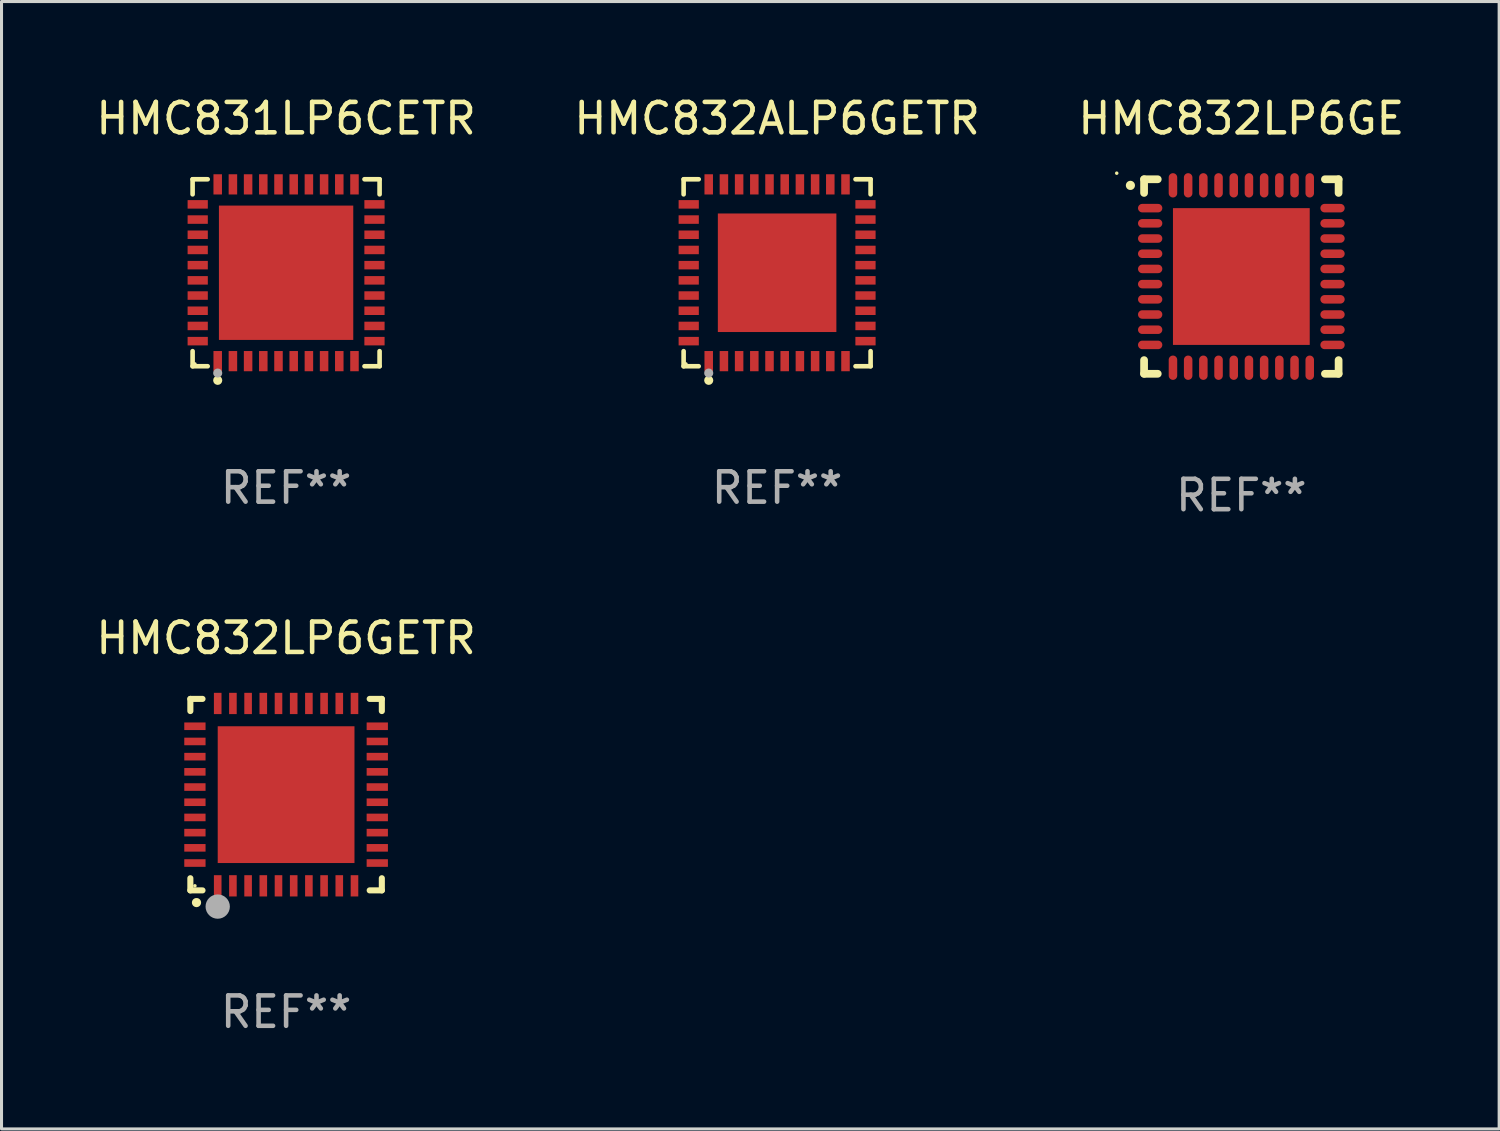
<source format=kicad_pcb>
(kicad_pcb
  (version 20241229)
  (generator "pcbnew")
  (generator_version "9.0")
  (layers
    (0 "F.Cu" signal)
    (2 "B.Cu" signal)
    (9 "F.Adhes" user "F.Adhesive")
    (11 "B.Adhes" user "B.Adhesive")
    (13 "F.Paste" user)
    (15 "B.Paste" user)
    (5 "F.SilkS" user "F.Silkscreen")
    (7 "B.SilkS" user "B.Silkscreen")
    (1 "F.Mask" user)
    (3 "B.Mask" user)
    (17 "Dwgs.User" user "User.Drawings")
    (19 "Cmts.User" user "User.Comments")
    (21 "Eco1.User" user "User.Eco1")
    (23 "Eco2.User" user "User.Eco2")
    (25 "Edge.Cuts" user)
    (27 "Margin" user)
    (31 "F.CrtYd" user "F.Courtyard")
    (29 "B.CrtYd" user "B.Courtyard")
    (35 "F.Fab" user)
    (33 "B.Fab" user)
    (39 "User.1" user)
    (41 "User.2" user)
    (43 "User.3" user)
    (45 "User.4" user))
  (footprint "HMC832LP6GETR"
    (layer "F.Cu")
    (at 6.363 23.095)
    (property "Reference" "HMC832LP6GETR" (at 0 -5.15 0) (layer "F.SilkS") (effects (font (size 1 1) (thickness 0.15))))
    (attr through_hole)
    (fp_line (start -3.15 -3.15) (end -2.75 -3.15) (stroke (width 0.2) (type solid)) (layer "F.SilkS"))
    (fp_line (start -3.15 -2.75) (end -3.15 -3.15) (stroke (width 0.2) (type solid)) (layer "F.SilkS"))
    (fp_line (start -3.15 3.15) (end -3.15 2.75) (stroke (width 0.2) (type solid)) (layer "F.SilkS"))
    (fp_line (start -2.75 3.15) (end -3.15 3.15) (stroke (width 0.2) (type solid)) (layer "F.SilkS"))
    (fp_line (start 3.15 -3.15) (end 2.75 -3.15) (stroke (width 0.2) (type solid)) (layer "F.SilkS"))
    (fp_line (start 3.15 -2.75) (end 3.15 -3.15) (stroke (width 0.2) (type solid)) (layer "F.SilkS"))
    (fp_line (start 3.15 2.75) (end 3.15 3.15) (stroke (width 0.2) (type solid)) (layer "F.SilkS"))
    (fp_line (start 3.15 3.15) (end 2.75 3.15) (stroke (width 0.2) (type solid)) (layer "F.SilkS"))
    (fp_arc (start -2.94892 3.550927) (mid -2.94765 3.550922) (end -2.94638 3.550927) (stroke (width 0.3) (type solid)) (layer "F.SilkS"))
    (fp_circle (center -3 3) (end -2.97 3) (stroke (width 0.06) (type solid)) (fill no) (layer "F.SilkS"))
    (fp_circle (center -2.25 3.683) (end -2.05 3.683) (stroke (width 0.4) (type solid)) (fill no) (layer "F.Fab"))
    (fp_text user "REF**" (at 0 7.15 0) (layer "F.Fab") (effects (font (size 1 1) (thickness 0.15))))
    (pad "1" smd rect (at -2.25 3 180) (size 0.25 0.7) (layers "F.Cu" "F.Mask" "F.Paste"))
    (pad "2" smd rect (at -1.75 3 180) (size 0.25 0.7) (layers "F.Cu" "F.Mask" "F.Paste"))
    (pad "3" smd rect (at -1.25 3 180) (size 0.25 0.7) (layers "F.Cu" "F.Mask" "F.Paste"))
    (pad "4" smd rect (at -0.75 3 180) (size 0.25 0.7) (layers "F.Cu" "F.Mask" "F.Paste"))
    (pad "5" smd rect (at -0.25 3 180) (size 0.25 0.7) (layers "F.Cu" "F.Mask" "F.Paste"))
    (pad "6" smd rect (at 0.25 3 180) (size 0.25 0.7) (layers "F.Cu" "F.Mask" "F.Paste"))
    (pad "7" smd rect (at 0.75 3 180) (size 0.25 0.7) (layers "F.Cu" "F.Mask" "F.Paste"))
    (pad "8" smd rect (at 1.25 3 180) (size 0.25 0.7) (layers "F.Cu" "F.Mask" "F.Paste"))
    (pad "9" smd rect (at 1.75 3 180) (size 0.25 0.7) (layers "F.Cu" "F.Mask" "F.Paste"))
    (pad "10" smd rect (at 2.25 3 180) (size 0.25 0.7) (layers "F.Cu" "F.Mask" "F.Paste"))
    (pad "11" smd rect (at 3 2.25 90) (size 0.25 0.7) (layers "F.Cu" "F.Mask" "F.Paste"))
    (pad "12" smd rect (at 3 1.75 90) (size 0.25 0.7) (layers "F.Cu" "F.Mask" "F.Paste"))
    (pad "13" smd rect (at 3 1.25 90) (size 0.25 0.7) (layers "F.Cu" "F.Mask" "F.Paste"))
    (pad "14" smd rect (at 3 0.75 90) (size 0.25 0.7) (layers "F.Cu" "F.Mask" "F.Paste"))
    (pad "15" smd rect (at 3 0.25 90) (size 0.25 0.7) (layers "F.Cu" "F.Mask" "F.Paste"))
    (pad "16" smd rect (at 3 -0.25 90) (size 0.25 0.7) (layers "F.Cu" "F.Mask" "F.Paste"))
    (pad "17" smd rect (at 3 -0.75 90) (size 0.25 0.7) (layers "F.Cu" "F.Mask" "F.Paste"))
    (pad "18" smd rect (at 3 -1.25 90) (size 0.25 0.7) (layers "F.Cu" "F.Mask" "F.Paste"))
    (pad "19" smd rect (at 3 -1.75 90) (size 0.25 0.7) (layers "F.Cu" "F.Mask" "F.Paste"))
    (pad "20" smd rect (at 3 -2.25 90) (size 0.25 0.7) (layers "F.Cu" "F.Mask" "F.Paste"))
    (pad "21" smd rect (at 2.25 -3 180) (size 0.25 0.7) (layers "F.Cu" "F.Mask" "F.Paste"))
    (pad "22" smd rect (at 1.75 -3 180) (size 0.25 0.7) (layers "F.Cu" "F.Mask" "F.Paste"))
    (pad "23" smd rect (at 1.25 -3 180) (size 0.25 0.7) (layers "F.Cu" "F.Mask" "F.Paste"))
    (pad "24" smd rect (at 0.75 -3 180) (size 0.25 0.7) (layers "F.Cu" "F.Mask" "F.Paste"))
    (pad "25" smd rect (at 0.25 -3 180) (size 0.25 0.7) (layers "F.Cu" "F.Mask" "F.Paste"))
    (pad "26" smd rect (at -0.25 -3 180) (size 0.25 0.7) (layers "F.Cu" "F.Mask" "F.Paste"))
    (pad "27" smd rect (at -0.75 -3 180) (size 0.25 0.7) (layers "F.Cu" "F.Mask" "F.Paste"))
    (pad "28" smd rect (at -1.25 -3 180) (size 0.25 0.7) (layers "F.Cu" "F.Mask" "F.Paste"))
    (pad "29" smd rect (at -1.75 -3 180) (size 0.25 0.7) (layers "F.Cu" "F.Mask" "F.Paste"))
    (pad "30" smd rect (at -2.25 -3 180) (size 0.25 0.7) (layers "F.Cu" "F.Mask" "F.Paste"))
    (pad "31" smd rect (at -3 -2.25 90) (size 0.25 0.7) (layers "F.Cu" "F.Mask" "F.Paste"))
    (pad "32" smd rect (at -3 -1.75 90) (size 0.25 0.7) (layers "F.Cu" "F.Mask" "F.Paste"))
    (pad "33" smd rect (at -3 -1.25 90) (size 0.25 0.7) (layers "F.Cu" "F.Mask" "F.Paste"))
    (pad "34" smd rect (at -3 -0.75 90) (size 0.25 0.7) (layers "F.Cu" "F.Mask" "F.Paste"))
    (pad "35" smd rect (at -3 -0.25 90) (size 0.25 0.7) (layers "F.Cu" "F.Mask" "F.Paste"))
    (pad "36" smd rect (at -3 0.25 90) (size 0.25 0.7) (layers "F.Cu" "F.Mask" "F.Paste"))
    (pad "37" smd rect (at -3 0.75 90) (size 0.25 0.7) (layers "F.Cu" "F.Mask" "F.Paste"))
    (pad "38" smd rect (at -3 1.25 90) (size 0.25 0.7) (layers "F.Cu" "F.Mask" "F.Paste"))
    (pad "39" smd rect (at -3 1.75 90) (size 0.25 0.7) (layers "F.Cu" "F.Mask" "F.Paste"))
    (pad "40" smd rect (at -3 2.25 90) (size 0.25 0.7) (layers "F.Cu" "F.Mask" "F.Paste"))
    (pad "41" smd rect (at 0.000102 0.000076 90) (size 4.5 4.5) (layers "F.Cu" "F.Mask" "F.Paste")))
  (footprint "HMC832ALP6GETR"
    (layer "F.Cu")
    (at 22.518 5.924)
    (property "Reference" "HMC832ALP6GETR" (at 0 -5.076 0) (layer "F.SilkS") (effects (font (size 1 1) (thickness 0.15))))
    (attr through_hole)
    (fp_line (start -3.076 -3.076) (end -2.58 -3.076) (stroke (width 0.152) (type solid)) (layer "F.SilkS"))
    (fp_line (start -3.076 -2.58) (end -3.076 -3.076) (stroke (width 0.152) (type solid)) (layer "F.SilkS"))
    (fp_line (start -3.076 2.58) (end -3.076 3.076) (stroke (width 0.152) (type solid)) (layer "F.SilkS"))
    (fp_line (start -3.076 3.076) (end -2.58 3.076) (stroke (width 0.152) (type solid)) (layer "F.SilkS"))
    (fp_line (start 3.076 -3.076) (end 2.58 -3.076) (stroke (width 0.152) (type solid)) (layer "F.SilkS"))
    (fp_line (start 3.076 -2.58) (end 3.076 -3.076) (stroke (width 0.152) (type solid)) (layer "F.SilkS"))
    (fp_line (start 3.076 2.58) (end 3.076 3.076) (stroke (width 0.152) (type solid)) (layer "F.SilkS"))
    (fp_line (start 3.076 3.076) (end 2.58 3.076) (stroke (width 0.152) (type solid)) (layer "F.SilkS"))
    (fp_circle (center -3 3) (end -2.97 3) (stroke (width 0.06) (type solid)) (fill no) (layer "F.SilkS"))
    (fp_circle (center -2.25 3.54) (end -2.175 3.54) (stroke (width 0.15) (type solid)) (fill no) (layer "F.SilkS"))
    (fp_circle (center -2.25 3.3) (end -2.175 3.3) (stroke (width 0.15) (type solid)) (fill no) (layer "F.Fab"))
    (fp_text user "REF**" (at 0 7.076 0) (layer "F.Fab") (effects (font (size 1 1) (thickness 0.15))))
    (pad "1" smd rect (at -2.25 2.908) (size 0.28 0.665) (layers "F.Cu" "F.Mask" "F.Paste"))
    (pad "2" smd rect (at -1.75 2.908) (size 0.28 0.665) (layers "F.Cu" "F.Mask" "F.Paste"))
    (pad "3" smd rect (at -1.25 2.908) (size 0.28 0.665) (layers "F.Cu" "F.Mask" "F.Paste"))
    (pad "4" smd rect (at -0.75 2.908) (size 0.28 0.665) (layers "F.Cu" "F.Mask" "F.Paste"))
    (pad "5" smd rect (at -0.25 2.908) (size 0.28 0.665) (layers "F.Cu" "F.Mask" "F.Paste"))
    (pad "6" smd rect (at 0.25 2.908) (size 0.28 0.665) (layers "F.Cu" "F.Mask" "F.Paste"))
    (pad "7" smd rect (at 0.75 2.908) (size 0.28 0.665) (layers "F.Cu" "F.Mask" "F.Paste"))
    (pad "8" smd rect (at 1.25 2.908) (size 0.28 0.665) (layers "F.Cu" "F.Mask" "F.Paste"))
    (pad "9" smd rect (at 1.75 2.908) (size 0.28 0.665) (layers "F.Cu" "F.Mask" "F.Paste"))
    (pad "10" smd rect (at 2.25 2.908) (size 0.28 0.665) (layers "F.Cu" "F.Mask" "F.Paste"))
    (pad "11" smd rect (at 2.908 2.25) (size 0.665 0.28) (layers "F.Cu" "F.Mask" "F.Paste"))
    (pad "12" smd rect (at 2.908 1.75) (size 0.665 0.28) (layers "F.Cu" "F.Mask" "F.Paste"))
    (pad "13" smd rect (at 2.908 1.25) (size 0.665 0.28) (layers "F.Cu" "F.Mask" "F.Paste"))
    (pad "14" smd rect (at 2.908 0.75) (size 0.665 0.28) (layers "F.Cu" "F.Mask" "F.Paste"))
    (pad "15" smd rect (at 2.908 0.25) (size 0.665 0.28) (layers "F.Cu" "F.Mask" "F.Paste"))
    (pad "16" smd rect (at 2.908 -0.25) (size 0.665 0.28) (layers "F.Cu" "F.Mask" "F.Paste"))
    (pad "17" smd rect (at 2.908 -0.75) (size 0.665 0.28) (layers "F.Cu" "F.Mask" "F.Paste"))
    (pad "18" smd rect (at 2.908 -1.25) (size 0.665 0.28) (layers "F.Cu" "F.Mask" "F.Paste"))
    (pad "19" smd rect (at 2.908 -1.75) (size 0.665 0.28) (layers "F.Cu" "F.Mask" "F.Paste"))
    (pad "20" smd rect (at 2.908 -2.25) (size 0.665 0.28) (layers "F.Cu" "F.Mask" "F.Paste"))
    (pad "21" smd rect (at 2.25 -2.908) (size 0.28 0.665) (layers "F.Cu" "F.Mask" "F.Paste"))
    (pad "22" smd rect (at 1.75 -2.908) (size 0.28 0.665) (layers "F.Cu" "F.Mask" "F.Paste"))
    (pad "23" smd rect (at 1.25 -2.908) (size 0.28 0.665) (layers "F.Cu" "F.Mask" "F.Paste"))
    (pad "24" smd rect (at 0.75 -2.908) (size 0.28 0.665) (layers "F.Cu" "F.Mask" "F.Paste"))
    (pad "25" smd rect (at 0.25 -2.908) (size 0.28 0.665) (layers "F.Cu" "F.Mask" "F.Paste"))
    (pad "26" smd rect (at -0.25 -2.908) (size 0.28 0.665) (layers "F.Cu" "F.Mask" "F.Paste"))
    (pad "27" smd rect (at -0.75 -2.908) (size 0.28 0.665) (layers "F.Cu" "F.Mask" "F.Paste"))
    (pad "28" smd rect (at -1.25 -2.908) (size 0.28 0.665) (layers "F.Cu" "F.Mask" "F.Paste"))
    (pad "29" smd rect (at -1.75 -2.908) (size 0.28 0.665) (layers "F.Cu" "F.Mask" "F.Paste"))
    (pad "30" smd rect (at -2.25 -2.908) (size 0.28 0.665) (layers "F.Cu" "F.Mask" "F.Paste"))
    (pad "31" smd rect (at -2.908 -2.25) (size 0.665 0.28) (layers "F.Cu" "F.Mask" "F.Paste"))
    (pad "32" smd rect (at -2.908 -1.75) (size 0.665 0.28) (layers "F.Cu" "F.Mask" "F.Paste"))
    (pad "33" smd rect (at -2.908 -1.25) (size 0.665 0.28) (layers "F.Cu" "F.Mask" "F.Paste"))
    (pad "34" smd rect (at -2.908 -0.75) (size 0.665 0.28) (layers "F.Cu" "F.Mask" "F.Paste"))
    (pad "35" smd rect (at -2.908 -0.25) (size 0.665 0.28) (layers "F.Cu" "F.Mask" "F.Paste"))
    (pad "36" smd rect (at -2.908 0.25) (size 0.665 0.28) (layers "F.Cu" "F.Mask" "F.Paste"))
    (pad "37" smd rect (at -2.908 0.75) (size 0.665 0.28) (layers "F.Cu" "F.Mask" "F.Paste"))
    (pad "38" smd rect (at -2.908 1.25) (size 0.665 0.28) (layers "F.Cu" "F.Mask" "F.Paste"))
    (pad "39" smd rect (at -2.908 1.75) (size 0.665 0.28) (layers "F.Cu" "F.Mask" "F.Paste"))
    (pad "40" smd rect (at -2.908 2.25) (size 0.665 0.28) (layers "F.Cu" "F.Mask" "F.Paste"))
    (pad "41" smd rect (at 0 0) (size 3.9 3.9) (layers "F.Cu" "F.Mask" "F.Paste")))
  (footprint "HMC832LP6GE"
    (layer "F.Cu")
    (at 37.792 6.048)
    (property "Reference" "HMC832LP6GE" (at 0 -5.2 0) (layer "F.SilkS") (effects (font (size 1 1) (thickness 0.15))))
    (attr through_hole)
    (fp_line (start -3.2 -3.2) (end -2.75 -3.2) (stroke (width 0.254) (type solid)) (layer "F.SilkS"))
    (fp_line (start -3.2 -2.75) (end -3.2 -3.2) (stroke (width 0.254) (type solid)) (layer "F.SilkS"))
    (fp_line (start -3.2 3.2) (end -3.2 2.75) (stroke (width 0.254) (type solid)) (layer "F.SilkS"))
    (fp_line (start -2.75 3.2) (end -3.2 3.2) (stroke (width 0.254) (type solid)) (layer "F.SilkS"))
    (fp_line (start 2.75 3.2) (end 3.2 3.2) (stroke (width 0.254) (type solid)) (layer "F.SilkS"))
    (fp_line (start 3.2 -3.2) (end 2.75 -3.2) (stroke (width 0.254) (type solid)) (layer "F.SilkS"))
    (fp_line (start 3.2 -2.75) (end 3.2 -3.2) (stroke (width 0.254) (type solid)) (layer "F.SilkS"))
    (fp_line (start 3.2 3.2) (end 3.2 2.75) (stroke (width 0.254) (type solid)) (layer "F.SilkS"))
    (fp_arc (start -3.649987 -2.997206) (mid -3.649992 -2.998476) (end -3.649987 -2.999746) (stroke (width 0.3) (type solid)) (layer "F.SilkS"))
    (fp_circle (center -4.1 -3.4) (end -4.07 -3.4) (stroke (width 0.06) (type solid)) (fill no) (layer "F.SilkS"))
    (fp_text user "REF**" (at 0 7.2 0) (layer "F.Fab") (effects (font (size 1 1) (thickness 0.15))))
    (pad "1" smd oval (at -3 -2.25 90) (size 0.28 0.8) (layers "F.Cu" "F.Mask" "F.Paste"))
    (pad "2" smd oval (at -3 -1.75 90) (size 0.28 0.8) (layers "F.Cu" "F.Mask" "F.Paste"))
    (pad "3" smd oval (at -3 -1.25 90) (size 0.28 0.8) (layers "F.Cu" "F.Mask" "F.Paste"))
    (pad "4" smd oval (at -3 -0.75 90) (size 0.28 0.8) (layers "F.Cu" "F.Mask" "F.Paste"))
    (pad "5" smd oval (at -3 -0.25 90) (size 0.28 0.8) (layers "F.Cu" "F.Mask" "F.Paste"))
    (pad "6" smd oval (at -3 0.25 90) (size 0.28 0.8) (layers "F.Cu" "F.Mask" "F.Paste"))
    (pad "7" smd oval (at -3 0.75 90) (size 0.28 0.8) (layers "F.Cu" "F.Mask" "F.Paste"))
    (pad "8" smd oval (at -3 1.25 90) (size 0.28 0.8) (layers "F.Cu" "F.Mask" "F.Paste"))
    (pad "9" smd oval (at -3 1.75 90) (size 0.28 0.8) (layers "F.Cu" "F.Mask" "F.Paste"))
    (pad "10" smd oval (at -3 2.25 90) (size 0.28 0.8) (layers "F.Cu" "F.Mask" "F.Paste"))
    (pad "11" smd oval (at -2.25 3) (size 0.28 0.8) (layers "F.Cu" "F.Mask" "F.Paste"))
    (pad "12" smd oval (at -1.75 3) (size 0.28 0.8) (layers "F.Cu" "F.Mask" "F.Paste"))
    (pad "13" smd oval (at -1.25 3) (size 0.28 0.8) (layers "F.Cu" "F.Mask" "F.Paste"))
    (pad "14" smd oval (at -0.75 3) (size 0.28 0.8) (layers "F.Cu" "F.Mask" "F.Paste"))
    (pad "15" smd oval (at -0.25 3) (size 0.28 0.8) (layers "F.Cu" "F.Mask" "F.Paste"))
    (pad "16" smd oval (at 0.25 3) (size 0.28 0.8) (layers "F.Cu" "F.Mask" "F.Paste"))
    (pad "17" smd oval (at 0.75 3) (size 0.28 0.8) (layers "F.Cu" "F.Mask" "F.Paste"))
    (pad "18" smd oval (at 1.25 3) (size 0.28 0.8) (layers "F.Cu" "F.Mask" "F.Paste"))
    (pad "19" smd oval (at 1.75 3) (size 0.28 0.8) (layers "F.Cu" "F.Mask" "F.Paste"))
    (pad "20" smd oval (at 2.25 3) (size 0.28 0.8) (layers "F.Cu" "F.Mask" "F.Paste"))
    (pad "21" smd oval (at 3 2.25 90) (size 0.28 0.8) (layers "F.Cu" "F.Mask" "F.Paste"))
    (pad "22" smd oval (at 3 1.75 90) (size 0.28 0.8) (layers "F.Cu" "F.Mask" "F.Paste"))
    (pad "23" smd oval (at 3 1.25 90) (size 0.28 0.8) (layers "F.Cu" "F.Mask" "F.Paste"))
    (pad "24" smd oval (at 3 0.75 90) (size 0.28 0.8) (layers "F.Cu" "F.Mask" "F.Paste"))
    (pad "25" smd oval (at 3 0.25 90) (size 0.28 0.8) (layers "F.Cu" "F.Mask" "F.Paste"))
    (pad "26" smd oval (at 3 -0.25 90) (size 0.28 0.8) (layers "F.Cu" "F.Mask" "F.Paste"))
    (pad "27" smd oval (at 3 -0.75 90) (size 0.28 0.8) (layers "F.Cu" "F.Mask" "F.Paste"))
    (pad "28" smd oval (at 3 -1.25 90) (size 0.28 0.8) (layers "F.Cu" "F.Mask" "F.Paste"))
    (pad "29" smd oval (at 3 -1.75 90) (size 0.28 0.8) (layers "F.Cu" "F.Mask" "F.Paste"))
    (pad "30" smd oval (at 3 -2.25 90) (size 0.28 0.8) (layers "F.Cu" "F.Mask" "F.Paste"))
    (pad "31" smd oval (at 2.25 -3) (size 0.28 0.8) (layers "F.Cu" "F.Mask" "F.Paste"))
    (pad "32" smd oval (at 1.75 -3) (size 0.28 0.8) (layers "F.Cu" "F.Mask" "F.Paste"))
    (pad "33" smd oval (at 1.25 -3) (size 0.28 0.8) (layers "F.Cu" "F.Mask" "F.Paste"))
    (pad "34" smd oval (at 0.75 -3) (size 0.28 0.8) (layers "F.Cu" "F.Mask" "F.Paste"))
    (pad "35" smd oval (at 0.25 -3) (size 0.28 0.8) (layers "F.Cu" "F.Mask" "F.Paste"))
    (pad "36" smd oval (at -0.25 -3) (size 0.28 0.8) (layers "F.Cu" "F.Mask" "F.Paste"))
    (pad "37" smd oval (at -0.75 -3) (size 0.28 0.8) (layers "F.Cu" "F.Mask" "F.Paste"))
    (pad "38" smd oval (at -1.25 -3) (size 0.28 0.8) (layers "F.Cu" "F.Mask" "F.Paste"))
    (pad "39" smd oval (at -1.75 -3) (size 0.28 0.8) (layers "F.Cu" "F.Mask" "F.Paste"))
    (pad "40" smd oval (at -2.25 -3) (size 0.28 0.8) (layers "F.Cu" "F.Mask" "F.Paste"))
    (pad "41" smd rect (at 0 0) (size 4.5 4.5) (layers "F.Cu" "F.Mask" "F.Paste")))
  (footprint "HMC831LP6CETR"
    (layer "F.Cu")
    (at 6.363 5.924)
    (property "Reference" "HMC831LP6CETR" (at 0 -5.076 0) (layer "F.SilkS") (effects (font (size 1 1) (thickness 0.15))))
    (attr through_hole)
    (fp_line (start -3.076 -3.076) (end -2.58 -3.076) (stroke (width 0.152) (type solid)) (layer "F.SilkS"))
    (fp_line (start -3.076 -2.58) (end -3.076 -3.076) (stroke (width 0.152) (type solid)) (layer "F.SilkS"))
    (fp_line (start -3.076 2.58) (end -3.076 3.076) (stroke (width 0.152) (type solid)) (layer "F.SilkS"))
    (fp_line (start -3.076 3.076) (end -2.58 3.076) (stroke (width 0.152) (type solid)) (layer "F.SilkS"))
    (fp_line (start 3.076 -3.076) (end 2.58 -3.076) (stroke (width 0.152) (type solid)) (layer "F.SilkS"))
    (fp_line (start 3.076 -2.58) (end 3.076 -3.076) (stroke (width 0.152) (type solid)) (layer "F.SilkS"))
    (fp_line (start 3.076 2.58) (end 3.076 3.076) (stroke (width 0.152) (type solid)) (layer "F.SilkS"))
    (fp_line (start 3.076 3.076) (end 2.58 3.076) (stroke (width 0.152) (type solid)) (layer "F.SilkS"))
    (fp_circle (center -3 3) (end -2.97 3) (stroke (width 0.06) (type solid)) (fill no) (layer "F.SilkS"))
    (fp_circle (center -2.25 3.54) (end -2.175 3.54) (stroke (width 0.15) (type solid)) (fill no) (layer "F.SilkS"))
    (fp_circle (center -2.25 3.3) (end -2.175 3.3) (stroke (width 0.15) (type solid)) (fill no) (layer "F.Fab"))
    (fp_text user "REF**" (at 0 7.076 0) (layer "F.Fab") (effects (font (size 1 1) (thickness 0.15))))
    (pad "1" smd rect (at -2.25 2.908) (size 0.28 0.665) (layers "F.Cu" "F.Mask" "F.Paste"))
    (pad "2" smd rect (at -1.75 2.908) (size 0.28 0.665) (layers "F.Cu" "F.Mask" "F.Paste"))
    (pad "3" smd rect (at -1.25 2.908) (size 0.28 0.665) (layers "F.Cu" "F.Mask" "F.Paste"))
    (pad "4" smd rect (at -0.75 2.908) (size 0.28 0.665) (layers "F.Cu" "F.Mask" "F.Paste"))
    (pad "5" smd rect (at -0.25 2.908) (size 0.28 0.665) (layers "F.Cu" "F.Mask" "F.Paste"))
    (pad "6" smd rect (at 0.25 2.908) (size 0.28 0.665) (layers "F.Cu" "F.Mask" "F.Paste"))
    (pad "7" smd rect (at 0.75 2.908) (size 0.28 0.665) (layers "F.Cu" "F.Mask" "F.Paste"))
    (pad "8" smd rect (at 1.25 2.908) (size 0.28 0.665) (layers "F.Cu" "F.Mask" "F.Paste"))
    (pad "9" smd rect (at 1.75 2.908) (size 0.28 0.665) (layers "F.Cu" "F.Mask" "F.Paste"))
    (pad "10" smd rect (at 2.25 2.908) (size 0.28 0.665) (layers "F.Cu" "F.Mask" "F.Paste"))
    (pad "11" smd rect (at 2.908 2.25) (size 0.665 0.28) (layers "F.Cu" "F.Mask" "F.Paste"))
    (pad "12" smd rect (at 2.908 1.75) (size 0.665 0.28) (layers "F.Cu" "F.Mask" "F.Paste"))
    (pad "13" smd rect (at 2.908 1.25) (size 0.665 0.28) (layers "F.Cu" "F.Mask" "F.Paste"))
    (pad "14" smd rect (at 2.908 0.75) (size 0.665 0.28) (layers "F.Cu" "F.Mask" "F.Paste"))
    (pad "15" smd rect (at 2.908 0.25) (size 0.665 0.28) (layers "F.Cu" "F.Mask" "F.Paste"))
    (pad "16" smd rect (at 2.908 -0.25) (size 0.665 0.28) (layers "F.Cu" "F.Mask" "F.Paste"))
    (pad "17" smd rect (at 2.908 -0.75) (size 0.665 0.28) (layers "F.Cu" "F.Mask" "F.Paste"))
    (pad "18" smd rect (at 2.908 -1.25) (size 0.665 0.28) (layers "F.Cu" "F.Mask" "F.Paste"))
    (pad "19" smd rect (at 2.908 -1.75) (size 0.665 0.28) (layers "F.Cu" "F.Mask" "F.Paste"))
    (pad "20" smd rect (at 2.908 -2.25) (size 0.665 0.28) (layers "F.Cu" "F.Mask" "F.Paste"))
    (pad "21" smd rect (at 2.25 -2.908) (size 0.28 0.665) (layers "F.Cu" "F.Mask" "F.Paste"))
    (pad "22" smd rect (at 1.75 -2.908) (size 0.28 0.665) (layers "F.Cu" "F.Mask" "F.Paste"))
    (pad "23" smd rect (at 1.25 -2.908) (size 0.28 0.665) (layers "F.Cu" "F.Mask" "F.Paste"))
    (pad "24" smd rect (at 0.75 -2.908) (size 0.28 0.665) (layers "F.Cu" "F.Mask" "F.Paste"))
    (pad "25" smd rect (at 0.25 -2.908) (size 0.28 0.665) (layers "F.Cu" "F.Mask" "F.Paste"))
    (pad "26" smd rect (at -0.25 -2.908) (size 0.28 0.665) (layers "F.Cu" "F.Mask" "F.Paste"))
    (pad "27" smd rect (at -0.75 -2.908) (size 0.28 0.665) (layers "F.Cu" "F.Mask" "F.Paste"))
    (pad "28" smd rect (at -1.25 -2.908) (size 0.28 0.665) (layers "F.Cu" "F.Mask" "F.Paste"))
    (pad "29" smd rect (at -1.75 -2.908) (size 0.28 0.665) (layers "F.Cu" "F.Mask" "F.Paste"))
    (pad "30" smd rect (at -2.25 -2.908) (size 0.28 0.665) (layers "F.Cu" "F.Mask" "F.Paste"))
    (pad "31" smd rect (at -2.908 -2.25) (size 0.665 0.28) (layers "F.Cu" "F.Mask" "F.Paste"))
    (pad "32" smd rect (at -2.908 -1.75) (size 0.665 0.28) (layers "F.Cu" "F.Mask" "F.Paste"))
    (pad "33" smd rect (at -2.908 -1.25) (size 0.665 0.28) (layers "F.Cu" "F.Mask" "F.Paste"))
    (pad "34" smd rect (at -2.908 -0.75) (size 0.665 0.28) (layers "F.Cu" "F.Mask" "F.Paste"))
    (pad "35" smd rect (at -2.908 -0.25) (size 0.665 0.28) (layers "F.Cu" "F.Mask" "F.Paste"))
    (pad "36" smd rect (at -2.908 0.25) (size 0.665 0.28) (layers "F.Cu" "F.Mask" "F.Paste"))
    (pad "37" smd rect (at -2.908 0.75) (size 0.665 0.28) (layers "F.Cu" "F.Mask" "F.Paste"))
    (pad "38" smd rect (at -2.908 1.25) (size 0.665 0.28) (layers "F.Cu" "F.Mask" "F.Paste"))
    (pad "39" smd rect (at -2.908 1.75) (size 0.665 0.28) (layers "F.Cu" "F.Mask" "F.Paste"))
    (pad "40" smd rect (at -2.908 2.25) (size 0.665 0.28) (layers "F.Cu" "F.Mask" "F.Paste"))
    (pad "41" smd rect (at 0 0) (size 4.42 4.42) (layers "F.Cu" "F.Mask" "F.Paste")))
  (gr_rect
    (start -3 -3)
    (end 46.274 34.093)
    (stroke (width 0.1) (type default))
    (fill no)
    (layer "Edge.Cuts")))
</source>
